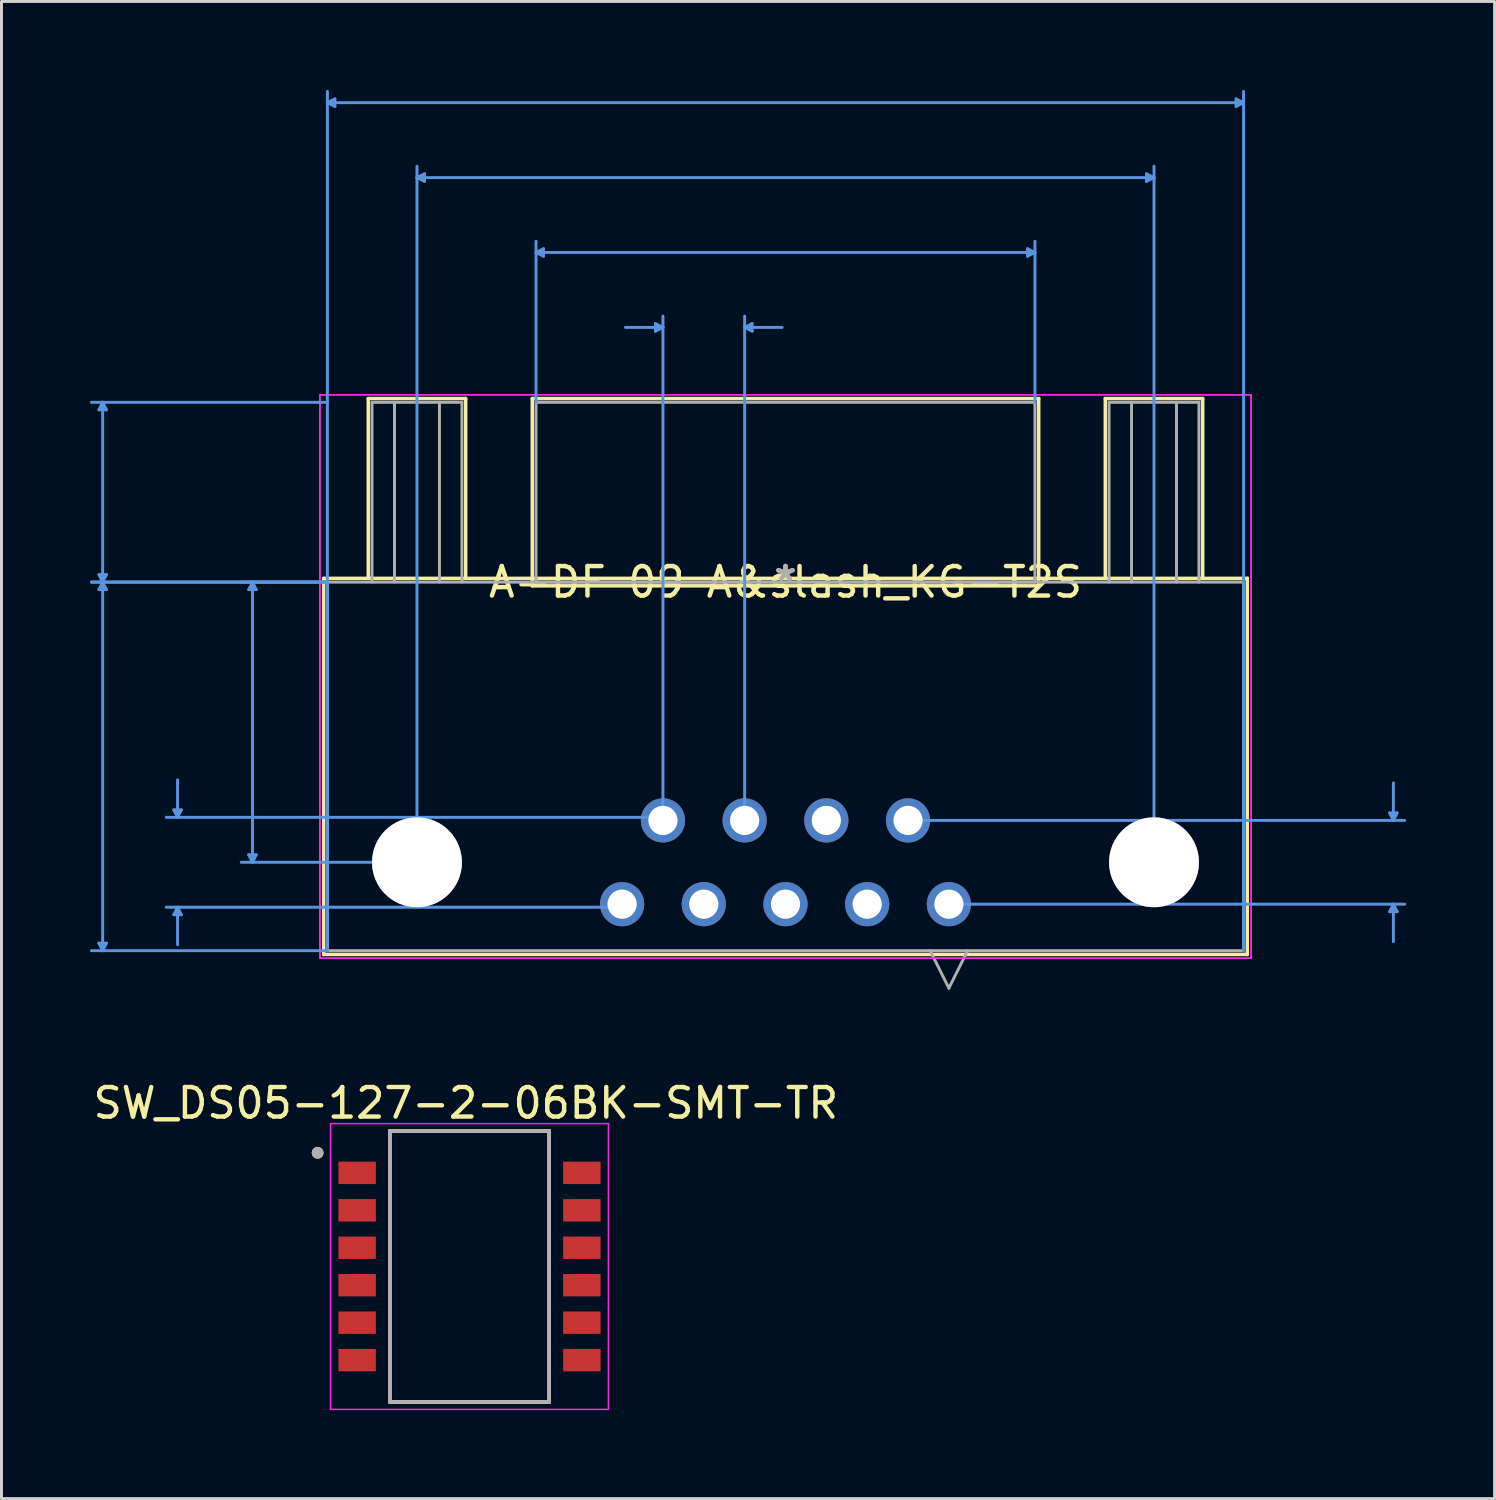
<source format=kicad_pcb>
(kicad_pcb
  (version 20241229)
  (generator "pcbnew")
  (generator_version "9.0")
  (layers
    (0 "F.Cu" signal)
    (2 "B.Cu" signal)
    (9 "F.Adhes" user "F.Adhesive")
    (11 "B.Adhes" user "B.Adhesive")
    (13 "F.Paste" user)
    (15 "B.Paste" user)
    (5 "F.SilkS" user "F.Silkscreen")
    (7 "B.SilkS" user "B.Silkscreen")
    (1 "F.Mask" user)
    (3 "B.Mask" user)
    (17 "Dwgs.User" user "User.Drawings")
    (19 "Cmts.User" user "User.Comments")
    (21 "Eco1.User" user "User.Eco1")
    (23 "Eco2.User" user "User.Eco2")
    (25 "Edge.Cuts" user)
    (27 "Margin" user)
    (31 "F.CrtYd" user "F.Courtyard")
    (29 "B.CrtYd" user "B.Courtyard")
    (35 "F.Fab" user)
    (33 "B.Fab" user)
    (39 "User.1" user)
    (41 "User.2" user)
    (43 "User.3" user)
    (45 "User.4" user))
  (footprint "A-DF 09 A&slash_KG-T2S"
    (layer "F.Cu")
    (at 23.583 16.687)
    (property "Reference" "A-DF 09 A&slash_KG-T2S" (at 0 0 0) (layer "F.SilkS") (effects (font (size 1 1) (thickness 0.15))))
    (attr through_hole)
    (fp_line (start -15.659 -0.127) (end -15.659 12.624) (stroke (width 0.12) (type solid)) (layer "F.SilkS"))
    (fp_line (start -15.659 12.624) (end 15.659 12.624) (stroke (width 0.12) (type solid)) (layer "F.SilkS"))
    (fp_line (start -14.146 -6.223) (end -10.844 -6.223) (stroke (width 0.12) (type solid)) (layer "F.SilkS"))
    (fp_line (start -14.146 -0.127) (end -14.146 -6.223) (stroke (width 0.12) (type solid)) (layer "F.SilkS"))
    (fp_line (start -10.844 -6.223) (end -10.844 -0.127) (stroke (width 0.12) (type solid)) (layer "F.SilkS"))
    (fp_line (start -8.585 -6.223) (end -8.585 0.127) (stroke (width 0.12) (type solid)) (layer "F.SilkS"))
    (fp_line (start -8.585 0.127) (end 8.585 0.127) (stroke (width 0.12) (type solid)) (layer "F.SilkS"))
    (fp_line (start 8.585 -6.223) (end -8.585 -6.223) (stroke (width 0.12) (type solid)) (layer "F.SilkS"))
    (fp_line (start 8.585 0.127) (end 8.585 -6.223) (stroke (width 0.12) (type solid)) (layer "F.SilkS"))
    (fp_line (start 10.844 -6.223) (end 14.146 -6.223) (stroke (width 0.12) (type solid)) (layer "F.SilkS"))
    (fp_line (start 10.844 -0.127) (end 10.844 -6.223) (stroke (width 0.12) (type solid)) (layer "F.SilkS"))
    (fp_line (start 14.146 -6.223) (end 14.146 -0.127) (stroke (width 0.12) (type solid)) (layer "F.SilkS"))
    (fp_line (start 15.659 -0.127) (end -15.659 -0.127) (stroke (width 0.12) (type solid)) (layer "F.SilkS"))
    (fp_line (start 15.659 12.624) (end 15.659 -0.127) (stroke (width 0.12) (type solid)) (layer "F.SilkS"))
    (fp_line (start -23.279 -5.842) (end -23.025 -5.842) (stroke (width 0.1) (type solid)) (layer "Cmts.User"))
    (fp_line (start -23.279 -0.254) (end -23.025 -0.254) (stroke (width 0.1) (type solid)) (layer "Cmts.User"))
    (fp_line (start -23.279 0.254) (end -23.025 0.254) (stroke (width 0.1) (type solid)) (layer "Cmts.User"))
    (fp_line (start -23.279 12.243) (end -23.025 12.243) (stroke (width 0.1) (type solid)) (layer "Cmts.User"))
    (fp_line (start -23.152 -6.096) (end -23.279 -5.842) (stroke (width 0.1) (type solid)) (layer "Cmts.User"))
    (fp_line (start -23.152 -6.096) (end -23.152 0) (stroke (width 0.1) (type solid)) (layer "Cmts.User"))
    (fp_line (start -23.152 -6.096) (end -23.025 -5.842) (stroke (width 0.1) (type solid)) (layer "Cmts.User"))
    (fp_line (start -23.152 0) (end -23.279 -0.254) (stroke (width 0.1) (type solid)) (layer "Cmts.User"))
    (fp_line (start -23.152 0) (end -23.279 0.254) (stroke (width 0.1) (type solid)) (layer "Cmts.User"))
    (fp_line (start -23.152 0) (end -23.152 12.497) (stroke (width 0.1) (type solid)) (layer "Cmts.User"))
    (fp_line (start -23.152 0) (end -23.025 -0.254) (stroke (width 0.1) (type solid)) (layer "Cmts.User"))
    (fp_line (start -23.152 0) (end -23.025 0.254) (stroke (width 0.1) (type solid)) (layer "Cmts.User"))
    (fp_line (start -23.152 12.497) (end -23.279 12.243) (stroke (width 0.1) (type solid)) (layer "Cmts.User"))
    (fp_line (start -23.152 12.497) (end -23.025 12.243) (stroke (width 0.1) (type solid)) (layer "Cmts.User"))
    (fp_line (start -20.739 7.722) (end -20.485 7.722) (stroke (width 0.1) (type solid)) (layer "Cmts.User"))
    (fp_line (start -20.739 11.278) (end -20.485 11.278) (stroke (width 0.1) (type solid)) (layer "Cmts.User"))
    (fp_line (start -20.612 7.976) (end -20.739 7.722) (stroke (width 0.1) (type solid)) (layer "Cmts.User"))
    (fp_line (start -20.612 7.976) (end -20.612 6.706) (stroke (width 0.1) (type solid)) (layer "Cmts.User"))
    (fp_line (start -20.612 7.976) (end -20.485 7.722) (stroke (width 0.1) (type solid)) (layer "Cmts.User"))
    (fp_line (start -20.612 11.024) (end -20.739 11.278) (stroke (width 0.1) (type solid)) (layer "Cmts.User"))
    (fp_line (start -20.612 11.024) (end -20.612 12.294) (stroke (width 0.1) (type solid)) (layer "Cmts.User"))
    (fp_line (start -20.612 11.024) (end -20.485 11.278) (stroke (width 0.1) (type solid)) (layer "Cmts.User"))
    (fp_line (start -18.199 0.254) (end -17.945 0.254) (stroke (width 0.1) (type solid)) (layer "Cmts.User"))
    (fp_line (start -18.199 9.246) (end -17.945 9.246) (stroke (width 0.1) (type solid)) (layer "Cmts.User"))
    (fp_line (start -18.072 0) (end -18.199 0.254) (stroke (width 0.1) (type solid)) (layer "Cmts.User"))
    (fp_line (start -18.072 0) (end -18.072 9.5) (stroke (width 0.1) (type solid)) (layer "Cmts.User"))
    (fp_line (start -18.072 0) (end -17.945 0.254) (stroke (width 0.1) (type solid)) (layer "Cmts.User"))
    (fp_line (start -18.072 9.5) (end -18.199 9.246) (stroke (width 0.1) (type solid)) (layer "Cmts.User"))
    (fp_line (start -18.072 9.5) (end -17.945 9.246) (stroke (width 0.1) (type solid)) (layer "Cmts.User"))
    (fp_line (start -15.532 -16.256) (end -15.278 -16.383) (stroke (width 0.1) (type solid)) (layer "Cmts.User"))
    (fp_line (start -15.532 -16.256) (end -15.278 -16.129) (stroke (width 0.1) (type solid)) (layer "Cmts.User"))
    (fp_line (start -15.532 -16.256) (end 15.532 -16.256) (stroke (width 0.1) (type solid)) (layer "Cmts.User"))
    (fp_line (start -15.532 -6.096) (end -23.533 -6.096) (stroke (width 0.1) (type solid)) (layer "Cmts.User"))
    (fp_line (start -15.532 0) (end -23.533 0) (stroke (width 0.1) (type solid)) (layer "Cmts.User"))
    (fp_line (start -15.532 0) (end -23.533 0) (stroke (width 0.1) (type solid)) (layer "Cmts.User"))
    (fp_line (start -15.532 0) (end -18.453 0) (stroke (width 0.1) (type solid)) (layer "Cmts.User"))
    (fp_line (start -15.532 12.497) (end -23.533 12.497) (stroke (width 0.1) (type solid)) (layer "Cmts.User"))
    (fp_line (start -15.532 12.497) (end -15.532 -16.637) (stroke (width 0.1) (type solid)) (layer "Cmts.User"))
    (fp_line (start -15.278 -16.383) (end -15.278 -16.129) (stroke (width 0.1) (type solid)) (layer "Cmts.User"))
    (fp_line (start -12.495 -13.716) (end -12.241 -13.843) (stroke (width 0.1) (type solid)) (layer "Cmts.User"))
    (fp_line (start -12.495 -13.716) (end -12.241 -13.589) (stroke (width 0.1) (type solid)) (layer "Cmts.User"))
    (fp_line (start -12.495 -13.716) (end 12.495 -13.716) (stroke (width 0.1) (type solid)) (layer "Cmts.User"))
    (fp_line (start -12.495 9.5) (end -18.453 9.5) (stroke (width 0.1) (type solid)) (layer "Cmts.User"))
    (fp_line (start -12.495 9.5) (end -12.495 -14.097) (stroke (width 0.1) (type solid)) (layer "Cmts.User"))
    (fp_line (start -12.241 -13.843) (end -12.241 -13.589) (stroke (width 0.1) (type solid)) (layer "Cmts.User"))
    (fp_line (start -8.458 -11.176) (end -8.204 -11.303) (stroke (width 0.1) (type solid)) (layer "Cmts.User"))
    (fp_line (start -8.458 -11.176) (end -8.204 -11.049) (stroke (width 0.1) (type solid)) (layer "Cmts.User"))
    (fp_line (start -8.458 -11.176) (end 8.458 -11.176) (stroke (width 0.1) (type solid)) (layer "Cmts.User"))
    (fp_line (start -8.458 -6.096) (end -8.458 -11.557) (stroke (width 0.1) (type solid)) (layer "Cmts.User"))
    (fp_line (start -8.204 -11.303) (end -8.204 -11.049) (stroke (width 0.1) (type solid)) (layer "Cmts.User"))
    (fp_line (start -5.54 11.024) (end -20.993 11.024) (stroke (width 0.1) (type solid)) (layer "Cmts.User"))
    (fp_line (start -4.409 -8.763) (end -4.409 -8.509) (stroke (width 0.1) (type solid)) (layer "Cmts.User"))
    (fp_line (start -4.155 -8.636) (end -5.425 -8.636) (stroke (width 0.1) (type solid)) (layer "Cmts.User"))
    (fp_line (start -4.155 -8.636) (end -4.409 -8.763) (stroke (width 0.1) (type solid)) (layer "Cmts.User"))
    (fp_line (start -4.155 -8.636) (end -4.409 -8.509) (stroke (width 0.1) (type solid)) (layer "Cmts.User"))
    (fp_line (start -4.155 7.976) (end -20.993 7.976) (stroke (width 0.1) (type solid)) (layer "Cmts.User"))
    (fp_line (start -4.155 8.08) (end -4.155 -9.017) (stroke (width 0.1) (type solid)) (layer "Cmts.User"))
    (fp_line (start -1.385 -8.636) (end -1.131 -8.763) (stroke (width 0.1) (type solid)) (layer "Cmts.User"))
    (fp_line (start -1.385 -8.636) (end -1.131 -8.509) (stroke (width 0.1) (type solid)) (layer "Cmts.User"))
    (fp_line (start -1.385 -8.636) (end -0.115 -8.636) (stroke (width 0.1) (type solid)) (layer "Cmts.User"))
    (fp_line (start -1.385 8.08) (end -1.385 -9.017) (stroke (width 0.1) (type solid)) (layer "Cmts.User"))
    (fp_line (start -1.131 -8.763) (end -1.131 -8.509) (stroke (width 0.1) (type solid)) (layer "Cmts.User"))
    (fp_line (start 4.155 8.08) (end 20.993 8.08) (stroke (width 0.1) (type solid)) (layer "Cmts.User"))
    (fp_line (start 5.54 10.92) (end 20.993 10.92) (stroke (width 0.1) (type solid)) (layer "Cmts.User"))
    (fp_line (start 8.204 -11.303) (end 8.204 -11.049) (stroke (width 0.1) (type solid)) (layer "Cmts.User"))
    (fp_line (start 8.458 -11.176) (end 8.204 -11.303) (stroke (width 0.1) (type solid)) (layer "Cmts.User"))
    (fp_line (start 8.458 -11.176) (end 8.204 -11.049) (stroke (width 0.1) (type solid)) (layer "Cmts.User"))
    (fp_line (start 8.458 -6.096) (end 8.458 -11.557) (stroke (width 0.1) (type solid)) (layer "Cmts.User"))
    (fp_line (start 12.241 -13.843) (end 12.241 -13.589) (stroke (width 0.1) (type solid)) (layer "Cmts.User"))
    (fp_line (start 12.495 -13.716) (end 12.241 -13.843) (stroke (width 0.1) (type solid)) (layer "Cmts.User"))
    (fp_line (start 12.495 -13.716) (end 12.241 -13.589) (stroke (width 0.1) (type solid)) (layer "Cmts.User"))
    (fp_line (start 12.495 9.5) (end 12.495 -14.097) (stroke (width 0.1) (type solid)) (layer "Cmts.User"))
    (fp_line (start 15.278 -16.383) (end 15.278 -16.129) (stroke (width 0.1) (type solid)) (layer "Cmts.User"))
    (fp_line (start 15.532 -16.256) (end 15.278 -16.383) (stroke (width 0.1) (type solid)) (layer "Cmts.User"))
    (fp_line (start 15.532 -16.256) (end 15.278 -16.129) (stroke (width 0.1) (type solid)) (layer "Cmts.User"))
    (fp_line (start 15.532 12.497) (end 15.532 -16.637) (stroke (width 0.1) (type solid)) (layer "Cmts.User"))
    (fp_line (start 20.485 7.826) (end 20.739 7.826) (stroke (width 0.1) (type solid)) (layer "Cmts.User"))
    (fp_line (start 20.485 11.174) (end 20.739 11.174) (stroke (width 0.1) (type solid)) (layer "Cmts.User"))
    (fp_line (start 20.612 8.08) (end 20.485 7.826) (stroke (width 0.1) (type solid)) (layer "Cmts.User"))
    (fp_line (start 20.612 8.08) (end 20.612 6.81) (stroke (width 0.1) (type solid)) (layer "Cmts.User"))
    (fp_line (start 20.612 8.08) (end 20.739 7.826) (stroke (width 0.1) (type solid)) (layer "Cmts.User"))
    (fp_line (start 20.612 10.92) (end 20.485 11.174) (stroke (width 0.1) (type solid)) (layer "Cmts.User"))
    (fp_line (start 20.612 10.92) (end 20.612 12.19) (stroke (width 0.1) (type solid)) (layer "Cmts.User"))
    (fp_line (start 20.612 10.92) (end 20.739 11.174) (stroke (width 0.1) (type solid)) (layer "Cmts.User"))
    (fp_line (start -15.786 -6.35) (end -15.786 12.751) (stroke (width 0.05) (type solid)) (layer "F.CrtYd"))
    (fp_line (start -15.786 -6.35) (end -15.786 12.751) (stroke (width 0.05) (type solid)) (layer "F.CrtYd"))
    (fp_line (start -15.786 12.751) (end 15.786 12.751) (stroke (width 0.05) (type solid)) (layer "F.CrtYd"))
    (fp_line (start -15.786 12.751) (end 15.786 12.751) (stroke (width 0.05) (type solid)) (layer "F.CrtYd"))
    (fp_line (start 15.786 -6.35) (end -15.786 -6.35) (stroke (width 0.05) (type solid)) (layer "F.CrtYd"))
    (fp_line (start 15.786 -6.35) (end -15.786 -6.35) (stroke (width 0.05) (type solid)) (layer "F.CrtYd"))
    (fp_line (start 15.786 12.751) (end 15.786 -6.35) (stroke (width 0.05) (type solid)) (layer "F.CrtYd"))
    (fp_line (start 15.786 12.751) (end 15.786 -6.35) (stroke (width 0.05) (type solid)) (layer "F.CrtYd"))
    (fp_line (start -15.532 0) (end -15.532 12.497) (stroke (width 0.1) (type solid)) (layer "F.Fab"))
    (fp_line (start -15.532 12.497) (end 15.532 12.497) (stroke (width 0.1) (type solid)) (layer "F.Fab"))
    (fp_line (start -14.019 -6.096) (end -10.971 -6.096) (stroke (width 0.1) (type solid)) (layer "F.Fab"))
    (fp_line (start -14.019 0) (end -14.019 -6.096) (stroke (width 0.1) (type solid)) (layer "F.Fab"))
    (fp_line (start -13.257 0) (end -13.257 -6.096) (stroke (width 0.1) (type solid)) (layer "F.Fab"))
    (fp_line (start -11.733 -6.096) (end -11.733 0) (stroke (width 0.1) (type solid)) (layer "F.Fab"))
    (fp_line (start -10.971 -6.096) (end -10.971 0) (stroke (width 0.1) (type solid)) (layer "F.Fab"))
    (fp_line (start -8.458 -6.096) (end -8.458 0) (stroke (width 0.1) (type solid)) (layer "F.Fab"))
    (fp_line (start -8.458 0) (end 8.458 0) (stroke (width 0.1) (type solid)) (layer "F.Fab"))
    (fp_line (start 4.905 12.497) (end 5.54 13.767) (stroke (width 0.1) (type solid)) (layer "F.Fab"))
    (fp_line (start 6.175 12.497) (end 5.54 13.767) (stroke (width 0.1) (type solid)) (layer "F.Fab"))
    (fp_line (start 8.458 -6.096) (end -8.458 -6.096) (stroke (width 0.1) (type solid)) (layer "F.Fab"))
    (fp_line (start 8.458 0) (end 8.458 -6.096) (stroke (width 0.1) (type solid)) (layer "F.Fab"))
    (fp_line (start 10.971 -6.096) (end 14.019 -6.096) (stroke (width 0.1) (type solid)) (layer "F.Fab"))
    (fp_line (start 10.971 0) (end 10.971 -6.096) (stroke (width 0.1) (type solid)) (layer "F.Fab"))
    (fp_line (start 11.733 0) (end 11.733 -6.096) (stroke (width 0.1) (type solid)) (layer "F.Fab"))
    (fp_line (start 13.257 -6.096) (end 13.257 0) (stroke (width 0.1) (type solid)) (layer "F.Fab"))
    (fp_line (start 14.019 -6.096) (end 14.019 0) (stroke (width 0.1) (type solid)) (layer "F.Fab"))
    (fp_line (start 15.532 0) (end -15.532 0) (stroke (width 0.1) (type solid)) (layer "F.Fab"))
    (fp_line (start 15.532 12.497) (end 15.532 0) (stroke (width 0.1) (type solid)) (layer "F.Fab"))
    (fp_text user "*" (at 0 0 0) (layer "F.SilkS") (effects (font (size 1 1) (thickness 0.15))))
    (fp_text user "Copyright 2021 Accelerated Designs. All rights reserved." (at 0 0 0) (layer "Cmts.User") (effects (font (size 0.127 0.127) (thickness 0.002))))
    (fp_text user "*" (at 0 0 0) (layer "F.Fab") (effects (font (size 1 1) (thickness 0.15))))
    (pad "1" thru_hole circle (at -5.54 10.92) (size 1.499 1.499) (drill 0.991) (layers "*.Cu" "*.Mask"))
    (pad "2" thru_hole circle (at -2.77 10.92) (size 1.499 1.499) (drill 0.991) (layers "*.Cu" "*.Mask"))
    (pad "3" thru_hole circle (at 0 10.92) (size 1.499 1.499) (drill 0.991) (layers "*.Cu" "*.Mask"))
    (pad "4" thru_hole circle (at 2.77 10.92) (size 1.499 1.499) (drill 0.991) (layers "*.Cu" "*.Mask"))
    (pad "5" thru_hole circle (at 5.54 10.92) (size 1.499 1.499) (drill 0.991) (layers "*.Cu" "*.Mask"))
    (pad "6" thru_hole circle (at -4.155 8.08) (size 1.499 1.499) (drill 0.991) (layers "*.Cu" "*.Mask"))
    (pad "7" thru_hole circle (at -1.385 8.08) (size 1.499 1.499) (drill 0.991) (layers "*.Cu" "*.Mask"))
    (pad "8" thru_hole circle (at 1.385 8.08) (size 1.499 1.499) (drill 0.991) (layers "*.Cu" "*.Mask"))
    (pad "9" thru_hole circle (at 4.155 8.08) (size 1.499 1.499) (drill 0.991) (layers "*.Cu" "*.Mask"))
    (pad "10" thru_hole circle (at -12.495 9.5) (size 3.048 3.048) (drill 3.048) (layers "*.Cu" "*.Mask"))
    (pad "11" thru_hole circle (at 12.495 9.5) (size 3.048 3.048) (drill 3.048) (layers "*.Cu" "*.Mask")))
  (footprint "SW_DS05-127-2-06BK-SMT-TR"
    (layer "F.Cu")
    (at 12.869 39.892)
    (property "Reference" "SW_DS05-127-2-06BK-SMT-TR" (at -0.125 -5.54 0) (layer "F.SilkS") (effects (font (size 1 1) (thickness 0.15))))
    (attr smd)
    (fp_line (start -2.7 -4.595) (end -2.7 4.595) (stroke (width 0.127) (type solid)) (layer "F.SilkS"))
    (fp_line (start -2.7 4.595) (end 2.7 4.595) (stroke (width 0.127) (type solid)) (layer "F.SilkS"))
    (fp_line (start 2.7 -4.595) (end -2.7 -4.595) (stroke (width 0.127) (type solid)) (layer "F.SilkS"))
    (fp_line (start 2.7 -4.595) (end 2.7 4.595) (stroke (width 0.127) (type solid)) (layer "F.SilkS"))
    (fp_circle (center -5.15 -3.855) (end -5.05 -3.855) (stroke (width 0.2) (type solid)) (fill no) (layer "F.SilkS"))
    (fp_line (start -4.71 -4.845) (end 4.71 -4.845) (stroke (width 0.05) (type solid)) (layer "F.CrtYd"))
    (fp_line (start -4.71 4.845) (end -4.71 -4.845) (stroke (width 0.05) (type solid)) (layer "F.CrtYd"))
    (fp_line (start 4.71 -4.845) (end 4.71 4.845) (stroke (width 0.05) (type solid)) (layer "F.CrtYd"))
    (fp_line (start 4.71 4.845) (end -4.71 4.845) (stroke (width 0.05) (type solid)) (layer "F.CrtYd"))
    (fp_line (start -2.7 -4.595) (end -2.7 4.595) (stroke (width 0.127) (type solid)) (layer "F.Fab"))
    (fp_line (start -2.7 4.595) (end 2.7 4.595) (stroke (width 0.127) (type solid)) (layer "F.Fab"))
    (fp_line (start 2.7 -4.595) (end -2.7 -4.595) (stroke (width 0.127) (type solid)) (layer "F.Fab"))
    (fp_line (start 2.7 4.595) (end 2.7 -4.595) (stroke (width 0.127) (type solid)) (layer "F.Fab"))
    (fp_circle (center -5.15 -3.855) (end -5.05 -3.855) (stroke (width 0.2) (type solid)) (fill no) (layer "F.Fab"))
    (pad "1A" smd rect (at -3.81 -3.175) (size 1.27 0.76) (layers "F.Cu" "F.Mask" "F.Paste"))
    (pad "1B" smd rect (at 3.81 -3.175 180) (size 1.27 0.76) (layers "F.Cu" "F.Mask" "F.Paste"))
    (pad "2A" smd rect (at -3.81 -1.905) (size 1.27 0.76) (layers "F.Cu" "F.Mask" "F.Paste"))
    (pad "2B" smd rect (at 3.81 -1.905 180) (size 1.27 0.76) (layers "F.Cu" "F.Mask" "F.Paste"))
    (pad "3A" smd rect (at -3.81 -0.635) (size 1.27 0.76) (layers "F.Cu" "F.Mask" "F.Paste"))
    (pad "3B" smd rect (at 3.81 -0.635 180) (size 1.27 0.76) (layers "F.Cu" "F.Mask" "F.Paste"))
    (pad "4A" smd rect (at -3.81 0.635) (size 1.27 0.76) (layers "F.Cu" "F.Mask" "F.Paste"))
    (pad "4B" smd rect (at 3.81 0.635) (size 1.27 0.76) (layers "F.Cu" "F.Mask" "F.Paste"))
    (pad "5A" smd rect (at -3.81 1.905) (size 1.27 0.76) (layers "F.Cu" "F.Mask" "F.Paste"))
    (pad "5B" smd rect (at 3.81 1.905) (size 1.27 0.76) (layers "F.Cu" "F.Mask" "F.Paste"))
    (pad "6A" smd rect (at -3.81 3.175) (size 1.27 0.76) (layers "F.Cu" "F.Mask" "F.Paste"))
    (pad "6B" smd rect (at 3.81 3.175) (size 1.27 0.76) (layers "F.Cu" "F.Mask" "F.Paste")))
  (gr_rect
    (start -3 -3)
    (end 47.626 47.762)
    (stroke (width 0.1) (type default))
    (fill no)
    (layer "Edge.Cuts")))
</source>
